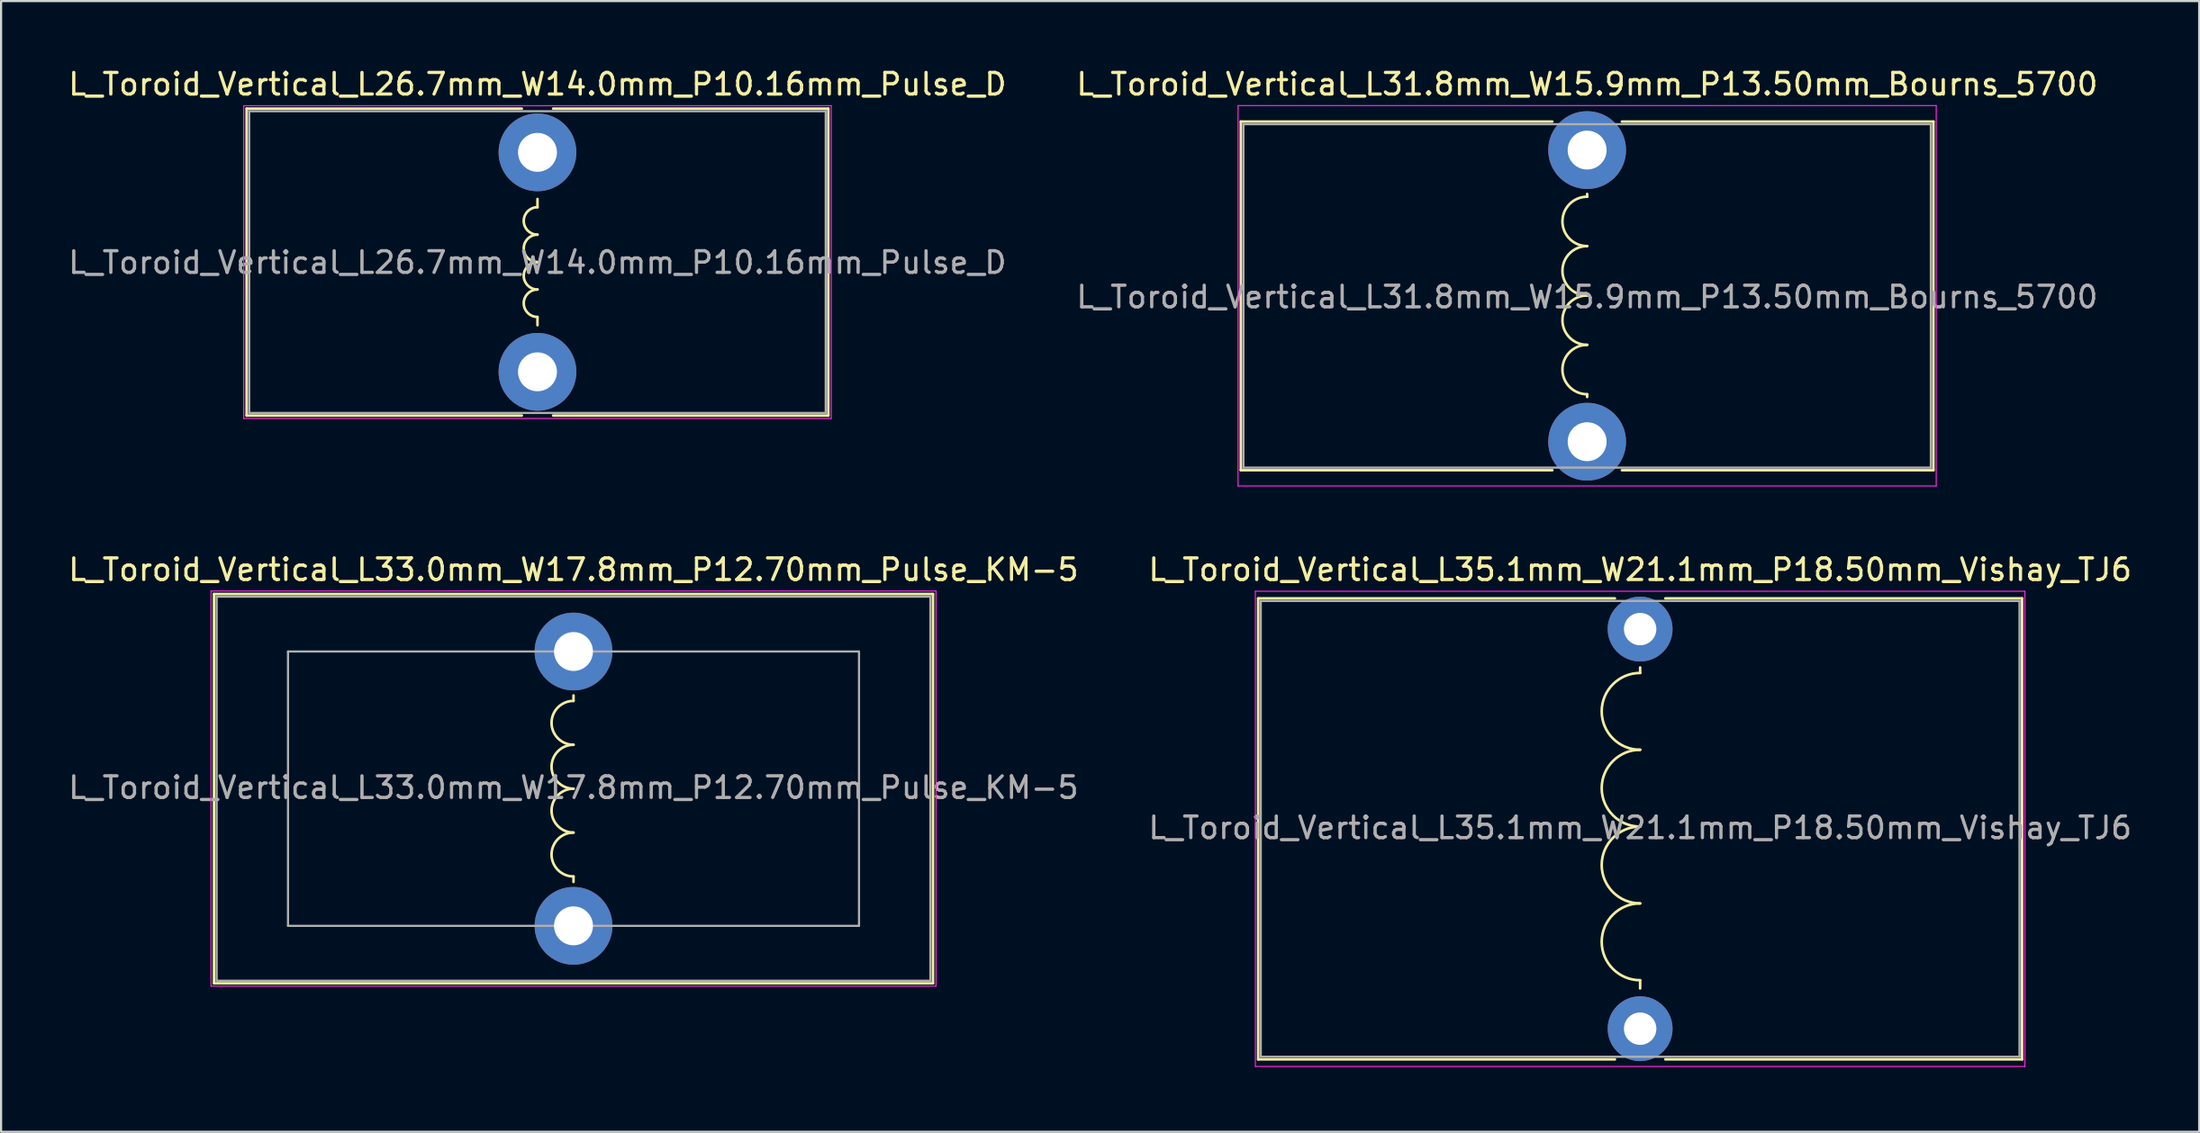
<source format=kicad_pcb>
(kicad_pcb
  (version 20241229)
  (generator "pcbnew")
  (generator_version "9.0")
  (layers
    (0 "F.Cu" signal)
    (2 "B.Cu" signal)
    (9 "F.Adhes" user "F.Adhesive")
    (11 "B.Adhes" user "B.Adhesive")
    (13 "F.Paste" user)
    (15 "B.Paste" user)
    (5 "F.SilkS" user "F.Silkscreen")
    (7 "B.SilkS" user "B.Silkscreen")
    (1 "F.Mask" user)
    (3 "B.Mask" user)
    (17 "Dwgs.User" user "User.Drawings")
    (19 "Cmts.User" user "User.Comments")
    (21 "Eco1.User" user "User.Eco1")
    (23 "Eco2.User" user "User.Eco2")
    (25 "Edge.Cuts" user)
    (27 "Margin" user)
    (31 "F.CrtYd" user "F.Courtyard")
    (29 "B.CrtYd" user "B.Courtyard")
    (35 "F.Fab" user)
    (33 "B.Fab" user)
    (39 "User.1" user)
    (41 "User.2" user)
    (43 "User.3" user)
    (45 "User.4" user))
  (footprint "L_Toroid_Vertical_L31.8mm_W15.9mm_P13.50mm_Bourns_5700"
    (layer "F.Cu")
    (at 70.375 3.898)
    (property "Reference" "L_Toroid_Vertical_L31.8mm_W15.9mm_P13.50mm_Bourns_5700" (at 0 -3.05 0) (layer "F.SilkS") (effects (font (size 1 1) (thickness 0.15))))
    (attr through_hole)
    (fp_line (start -16.02 -1.32) (end -16.02 14.82) (stroke (width 0.12) (type solid)) (layer "F.SilkS"))
    (fp_line (start -16.02 -1.32) (end -1.608 -1.32) (stroke (width 0.12) (type solid)) (layer "F.SilkS"))
    (fp_line (start -16.02 14.82) (end -1.608 14.82) (stroke (width 0.12) (type solid)) (layer "F.SilkS"))
    (fp_line (start 0 2.159) (end 0 2.032) (stroke (width 0.12) (type solid)) (layer "F.SilkS"))
    (fp_line (start 0 11.303) (end 0 11.43) (stroke (width 0.12) (type solid)) (layer "F.SilkS"))
    (fp_line (start 1.608 -1.32) (end 16.02 -1.32) (stroke (width 0.12) (type solid)) (layer "F.SilkS"))
    (fp_line (start 1.608 14.82) (end 16.02 14.82) (stroke (width 0.12) (type solid)) (layer "F.SilkS"))
    (fp_line (start 16.02 -1.32) (end 16.02 14.82) (stroke (width 0.12) (type solid)) (layer "F.SilkS"))
    (fp_arc (start 0 4.445) (mid -1.143 3.302) (end 0 2.159) (stroke (width 0.12) (type solid)) (layer "F.SilkS"))
    (fp_arc (start 0 6.731) (mid -1.143 5.588) (end 0 4.445) (stroke (width 0.12) (type solid)) (layer "F.SilkS"))
    (fp_arc (start 0 9.017) (mid -1.143 7.874) (end 0 6.731) (stroke (width 0.12) (type solid)) (layer "F.SilkS"))
    (fp_arc (start 0 11.303) (mid -1.143 10.16) (end 0 9.017) (stroke (width 0.12) (type solid)) (layer "F.SilkS"))
    (fp_line (start -16.15 -2.06) (end -16.15 15.55) (stroke (width 0.05) (type solid)) (layer "F.CrtYd"))
    (fp_line (start -16.15 15.55) (end 16.15 15.55) (stroke (width 0.05) (type solid)) (layer "F.CrtYd"))
    (fp_line (start 16.15 -2.06) (end -16.15 -2.06) (stroke (width 0.05) (type solid)) (layer "F.CrtYd"))
    (fp_line (start 16.15 15.55) (end 16.15 -2.06) (stroke (width 0.05) (type solid)) (layer "F.CrtYd"))
    (fp_line (start -15.9 -1.2) (end -15.9 14.7) (stroke (width 0.1) (type solid)) (layer "F.Fab"))
    (fp_line (start -15.9 14.7) (end 15.9 14.7) (stroke (width 0.1) (type solid)) (layer "F.Fab"))
    (fp_line (start 15.9 -1.2) (end -15.9 -1.2) (stroke (width 0.1) (type solid)) (layer "F.Fab"))
    (fp_line (start 15.9 14.7) (end 15.9 -1.2) (stroke (width 0.1) (type solid)) (layer "F.Fab"))
    (fp_text user "${REFERENCE}" (at 0 6.8 0) (layer "F.Fab") (effects (font (size 1 1) (thickness 0.15))))
    (pad "1" thru_hole circle (at 0 0) (size 3.6 3.6) (drill 1.8) (layers "*.Cu" "*.Mask"))
    (pad "2" thru_hole circle (at 0 13.5) (size 3.6 3.6) (drill 1.8) (layers "*.Cu" "*.Mask")))
  (footprint "L_Toroid_Vertical_L35.1mm_W21.1mm_P18.50mm_Vishay_TJ6"
    (layer "F.Cu")
    (at 72.827 26.072)
    (property "Reference" "L_Toroid_Vertical_L35.1mm_W21.1mm_P18.50mm_Vishay_TJ6" (at 0 -2.75 0) (layer "F.SilkS") (effects (font (size 1 1) (thickness 0.15))))
    (attr through_hole)
    (fp_line (start -17.67 -1.42) (end -17.67 19.92) (stroke (width 0.12) (type solid)) (layer "F.SilkS"))
    (fp_line (start -17.67 -1.42) (end -1.166 -1.42) (stroke (width 0.12) (type solid)) (layer "F.SilkS"))
    (fp_line (start -17.67 19.92) (end -1.166 19.92) (stroke (width 0.12) (type solid)) (layer "F.SilkS"))
    (fp_line (start 0 2.032) (end 0 1.778) (stroke (width 0.12) (type solid)) (layer "F.SilkS"))
    (fp_line (start 0 16.256) (end 0 16.637) (stroke (width 0.12) (type solid)) (layer "F.SilkS"))
    (fp_line (start 1.166 -1.42) (end 17.67 -1.42) (stroke (width 0.12) (type solid)) (layer "F.SilkS"))
    (fp_line (start 1.166 19.92) (end 17.67 19.92) (stroke (width 0.12) (type solid)) (layer "F.SilkS"))
    (fp_line (start 17.67 -1.42) (end 17.67 19.92) (stroke (width 0.12) (type solid)) (layer "F.SilkS"))
    (fp_arc (start 0 5.588) (mid -1.778 3.81) (end 0 2.032) (stroke (width 0.12) (type solid)) (layer "F.SilkS"))
    (fp_arc (start 0 9.144) (mid -1.778 7.366) (end 0 5.588) (stroke (width 0.12) (type solid)) (layer "F.SilkS"))
    (fp_arc (start 0 12.7) (mid -1.778 10.922) (end 0 9.144) (stroke (width 0.12) (type solid)) (layer "F.SilkS"))
    (fp_arc (start 0 16.256) (mid -1.778 14.478) (end 0 12.7) (stroke (width 0.12) (type solid)) (layer "F.SilkS"))
    (fp_line (start -17.8 -1.75) (end -17.8 20.25) (stroke (width 0.05) (type solid)) (layer "F.CrtYd"))
    (fp_line (start -17.8 20.25) (end 17.8 20.25) (stroke (width 0.05) (type solid)) (layer "F.CrtYd"))
    (fp_line (start 17.8 -1.75) (end -17.8 -1.75) (stroke (width 0.05) (type solid)) (layer "F.CrtYd"))
    (fp_line (start 17.8 20.25) (end 17.8 -1.75) (stroke (width 0.05) (type solid)) (layer "F.CrtYd"))
    (fp_line (start -17.55 -1.3) (end -17.55 19.8) (stroke (width 0.1) (type solid)) (layer "F.Fab"))
    (fp_line (start -17.55 19.8) (end 17.55 19.8) (stroke (width 0.1) (type solid)) (layer "F.Fab"))
    (fp_line (start 17.55 -1.3) (end -17.55 -1.3) (stroke (width 0.1) (type solid)) (layer "F.Fab"))
    (fp_line (start 17.55 19.8) (end 17.55 -1.3) (stroke (width 0.1) (type solid)) (layer "F.Fab"))
    (fp_text user "${REFERENCE}" (at 0 9.2 0) (layer "F.Fab") (effects (font (size 1 1) (thickness 0.15))))
    (pad "1" thru_hole circle (at 0 0) (size 3 3) (drill 1.5) (layers "*.Cu" "*.Mask"))
    (pad "2" thru_hole circle (at 0 18.5) (size 3 3) (drill 1.5) (layers "*.Cu" "*.Mask")))
  (footprint "L_Toroid_Vertical_L33.0mm_W17.8mm_P12.70mm_Pulse_KM-5"
    (layer "F.Cu")
    (at 23.482 27.111)
    (property "Reference" "L_Toroid_Vertical_L33.0mm_W17.8mm_P12.70mm_Pulse_KM-5" (at 0 -3.79 0) (layer "F.SilkS") (effects (font (size 1 1) (thickness 0.15))))
    (attr through_hole)
    (fp_line (start -16.631 -2.66) (end -16.631 15.36) (stroke (width 0.12) (type solid)) (layer "F.SilkS"))
    (fp_line (start -16.631 -2.66) (end 16.631 -2.66) (stroke (width 0.12) (type solid)) (layer "F.SilkS"))
    (fp_line (start -16.631 15.36) (end 16.631 15.36) (stroke (width 0.12) (type solid)) (layer "F.SilkS"))
    (fp_line (start 0 2.286) (end 0 2.032) (stroke (width 0.12) (type solid)) (layer "F.SilkS"))
    (fp_line (start 0 10.414) (end 0 10.668) (stroke (width 0.12) (type solid)) (layer "F.SilkS"))
    (fp_line (start 16.631 -2.66) (end 16.631 15.36) (stroke (width 0.12) (type solid)) (layer "F.SilkS"))
    (fp_arc (start 0 4.318) (mid -1.016 3.302) (end 0 2.286) (stroke (width 0.12) (type solid)) (layer "F.SilkS"))
    (fp_arc (start 0 6.35) (mid -1.016 5.334) (end 0 4.318) (stroke (width 0.12) (type solid)) (layer "F.SilkS"))
    (fp_arc (start 0 8.382) (mid -1.016 7.366) (end 0 6.35) (stroke (width 0.12) (type solid)) (layer "F.SilkS"))
    (fp_arc (start 0 10.414) (mid -1.016 9.398) (end 0 8.382) (stroke (width 0.12) (type solid)) (layer "F.SilkS"))
    (fp_line (start -16.77 -2.8) (end -16.77 15.49) (stroke (width 0.05) (type solid)) (layer "F.CrtYd"))
    (fp_line (start -16.77 15.49) (end 16.77 15.49) (stroke (width 0.05) (type solid)) (layer "F.CrtYd"))
    (fp_line (start 16.77 -2.8) (end -16.77 -2.8) (stroke (width 0.05) (type solid)) (layer "F.CrtYd"))
    (fp_line (start 16.77 15.49) (end 16.77 -2.8) (stroke (width 0.05) (type solid)) (layer "F.CrtYd"))
    (fp_line (start -16.51 -2.54) (end -16.51 15.24) (stroke (width 0.1) (type solid)) (layer "F.Fab"))
    (fp_line (start -16.51 15.24) (end 16.51 15.24) (stroke (width 0.1) (type solid)) (layer "F.Fab"))
    (fp_line (start -13.208 0) (end -13.208 12.7) (stroke (width 0.1) (type solid)) (layer "F.Fab"))
    (fp_line (start -13.208 12.7) (end 13.208 12.7) (stroke (width 0.1) (type solid)) (layer "F.Fab"))
    (fp_line (start 13.208 0) (end -13.208 0) (stroke (width 0.1) (type solid)) (layer "F.Fab"))
    (fp_line (start 13.208 12.7) (end 13.208 0) (stroke (width 0.1) (type solid)) (layer "F.Fab"))
    (fp_line (start 16.51 -2.54) (end -16.51 -2.54) (stroke (width 0.1) (type solid)) (layer "F.Fab"))
    (fp_line (start 16.51 15.24) (end 16.51 -2.54) (stroke (width 0.1) (type solid)) (layer "F.Fab"))
    (fp_text user "${REFERENCE}" (at 0 6.3 0) (layer "F.Fab") (effects (font (size 1 1) (thickness 0.15))))
    (pad "1" thru_hole circle (at 0 0) (size 3.6 3.6) (drill 1.8) (layers "*.Cu" "*.Mask"))
    (pad "2" thru_hole circle (at 0 12.7) (size 3.6 3.6) (drill 1.8) (layers "*.Cu" "*.Mask")))
  (footprint "L_Toroid_Vertical_L26.7mm_W14.0mm_P10.16mm_Pulse_D"
    (layer "F.Cu")
    (at 21.815 4.003)
    (property "Reference" "L_Toroid_Vertical_L26.7mm_W14.0mm_P10.16mm_Pulse_D" (at 0 -3.155 0) (layer "F.SilkS") (effects (font (size 1 1) (thickness 0.15))))
    (attr through_hole)
    (fp_line (start -13.455 -2.025) (end -13.455 12.185) (stroke (width 0.12) (type solid)) (layer "F.SilkS"))
    (fp_line (start -13.455 -2.025) (end -0.725 -2.025) (stroke (width 0.12) (type solid)) (layer "F.SilkS"))
    (fp_line (start -13.455 12.185) (end -0.725 12.185) (stroke (width 0.12) (type solid)) (layer "F.SilkS"))
    (fp_line (start 0 2.54) (end 0 2.159) (stroke (width 0.12) (type solid)) (layer "F.SilkS"))
    (fp_line (start 0 7.62) (end 0 8.001) (stroke (width 0.12) (type solid)) (layer "F.SilkS"))
    (fp_line (start 0.725 -2.025) (end 13.455 -2.025) (stroke (width 0.12) (type solid)) (layer "F.SilkS"))
    (fp_line (start 0.725 12.185) (end 13.455 12.185) (stroke (width 0.12) (type solid)) (layer "F.SilkS"))
    (fp_line (start 13.455 -2.025) (end 13.455 12.185) (stroke (width 0.12) (type solid)) (layer "F.SilkS"))
    (fp_arc (start 0 3.81) (mid -0.635 3.175) (end 0 2.54) (stroke (width 0.12) (type solid)) (layer "F.SilkS"))
    (fp_arc (start 0 5.08) (mid -0.635 4.445) (end 0 3.81) (stroke (width 0.12) (type solid)) (layer "F.SilkS"))
    (fp_arc (start 0 6.35) (mid -0.635 5.715) (end 0 5.08) (stroke (width 0.12) (type solid)) (layer "F.SilkS"))
    (fp_arc (start 0 7.62) (mid -0.635 6.985) (end 0 6.35) (stroke (width 0.12) (type solid)) (layer "F.SilkS"))
    (fp_line (start -13.59 -2.16) (end -13.59 12.32) (stroke (width 0.05) (type solid)) (layer "F.CrtYd"))
    (fp_line (start -13.59 12.32) (end 13.59 12.32) (stroke (width 0.05) (type solid)) (layer "F.CrtYd"))
    (fp_line (start 13.59 -2.16) (end -13.59 -2.16) (stroke (width 0.05) (type solid)) (layer "F.CrtYd"))
    (fp_line (start 13.59 12.32) (end 13.59 -2.16) (stroke (width 0.05) (type solid)) (layer "F.CrtYd"))
    (fp_line (start -13.335 -1.905) (end -13.335 12.065) (stroke (width 0.1) (type solid)) (layer "F.Fab"))
    (fp_line (start -13.335 12.065) (end 13.335 12.065) (stroke (width 0.1) (type solid)) (layer "F.Fab"))
    (fp_line (start 13.335 -1.905) (end -13.335 -1.905) (stroke (width 0.1) (type solid)) (layer "F.Fab"))
    (fp_line (start 13.335 12.065) (end 13.335 -1.905) (stroke (width 0.1) (type solid)) (layer "F.Fab"))
    (fp_text user "${REFERENCE}" (at 0 5.1 0) (layer "F.Fab") (effects (font (size 1 1) (thickness 0.15))))
    (pad "1" thru_hole circle (at 0 0) (size 3.6 3.6) (drill 1.8) (layers "*.Cu" "*.Mask"))
    (pad "2" thru_hole circle (at 0 10.16) (size 3.6 3.6) (drill 1.8) (layers "*.Cu" "*.Mask")))
  (gr_rect
    (start -3 -3)
    (end 98.69 49.346)
    (stroke (width 0.1) (type default))
    (fill no)
    (layer "Edge.Cuts")))
</source>
